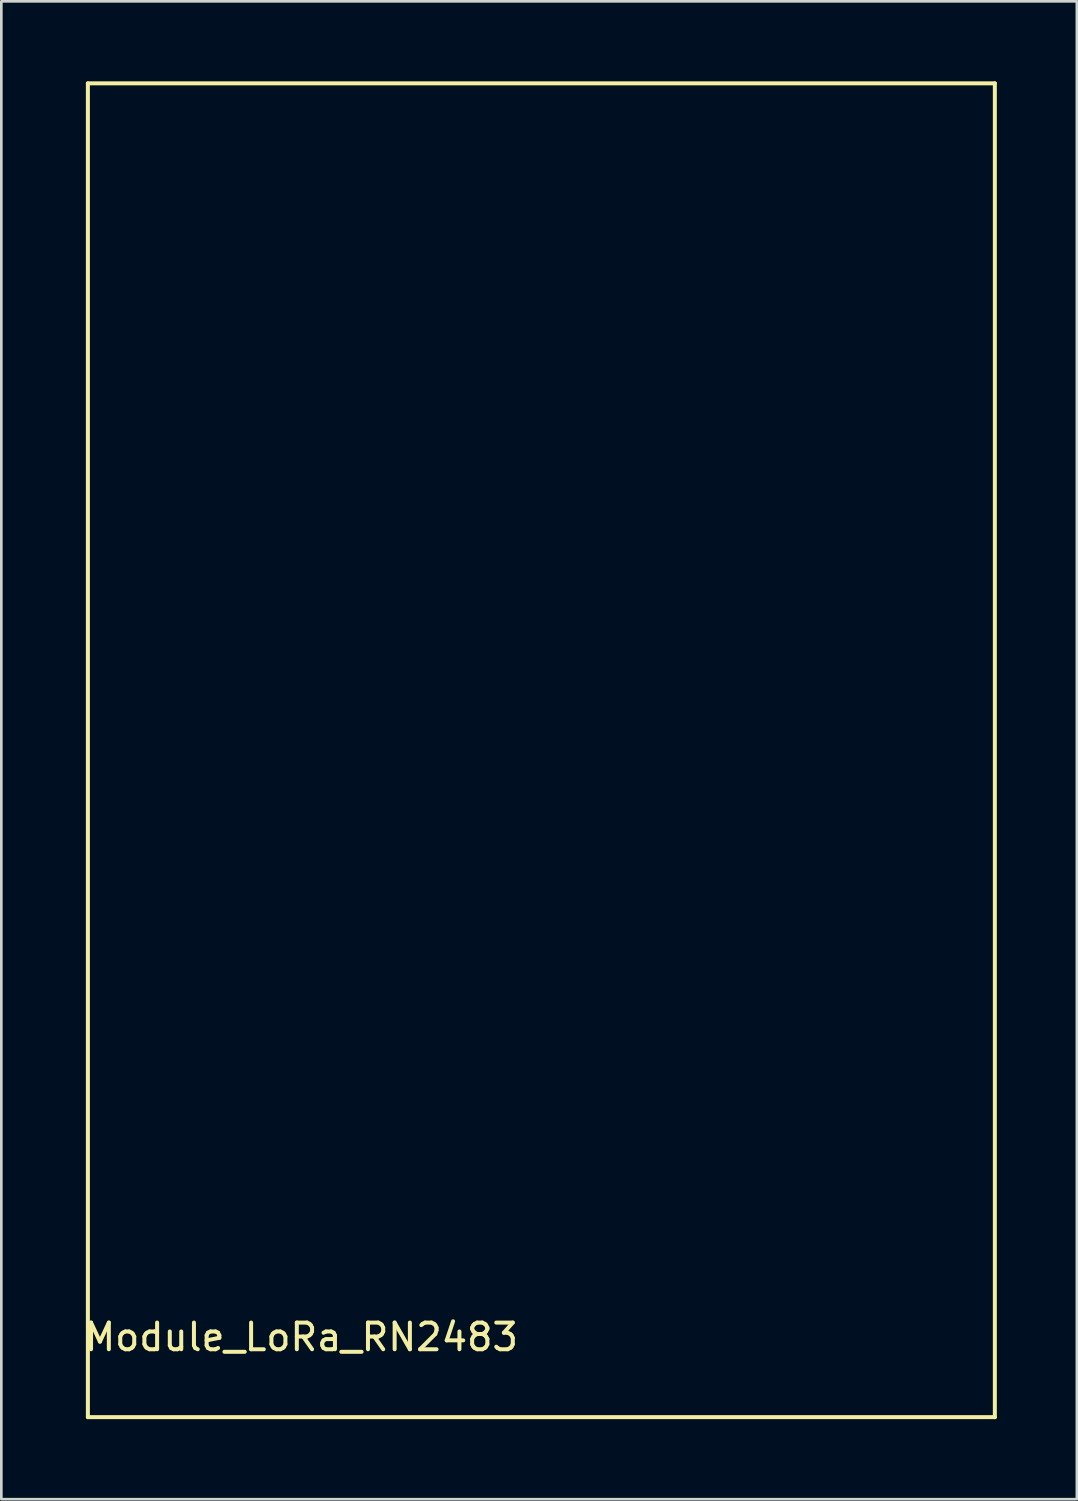
<source format=kicad_pcb>
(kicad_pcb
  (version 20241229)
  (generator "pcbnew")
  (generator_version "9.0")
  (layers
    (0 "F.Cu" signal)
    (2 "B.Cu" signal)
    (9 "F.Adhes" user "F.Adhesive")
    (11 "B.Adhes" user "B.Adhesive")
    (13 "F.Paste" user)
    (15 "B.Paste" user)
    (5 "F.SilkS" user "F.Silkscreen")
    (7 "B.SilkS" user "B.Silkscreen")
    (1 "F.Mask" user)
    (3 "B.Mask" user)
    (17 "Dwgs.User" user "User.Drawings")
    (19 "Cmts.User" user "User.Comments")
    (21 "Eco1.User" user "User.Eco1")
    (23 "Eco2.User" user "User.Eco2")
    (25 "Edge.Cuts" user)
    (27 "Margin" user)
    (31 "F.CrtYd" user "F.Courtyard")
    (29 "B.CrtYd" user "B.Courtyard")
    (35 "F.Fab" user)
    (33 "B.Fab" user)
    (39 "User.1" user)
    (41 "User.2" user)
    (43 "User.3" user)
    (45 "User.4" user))
  (footprint "Module_LoRa_RN2483"
    (layer "F.Cu")
    (at 8.244 46.575)
    (property "Reference" "Module_LoRa_RN2483" (at 0 0.5 0) (layer "F.SilkS") (effects (font (size 1 1) (thickness 0.15))))
    (attr through_hole)
    (fp_line (start -8 -46.5) (end 26 -46.5) (stroke (width 0.15) (type solid)) (layer "F.SilkS"))
    (fp_line (start -8 3.5) (end -8 -46.5) (stroke (width 0.15) (type solid)) (layer "F.SilkS"))
    (fp_line (start 26 -46.5) (end 26 3.5) (stroke (width 0.15) (type solid)) (layer "F.SilkS"))
    (fp_line (start 26 3.5) (end -8 3.5) (stroke (width 0.15) (type solid)) (layer "F.SilkS")))
  (gr_rect
    (start -3 -3)
    (end 37.319 53.15)
    (stroke (width 0.1) (type default))
    (fill no)
    (layer "Edge.Cuts")))
</source>
